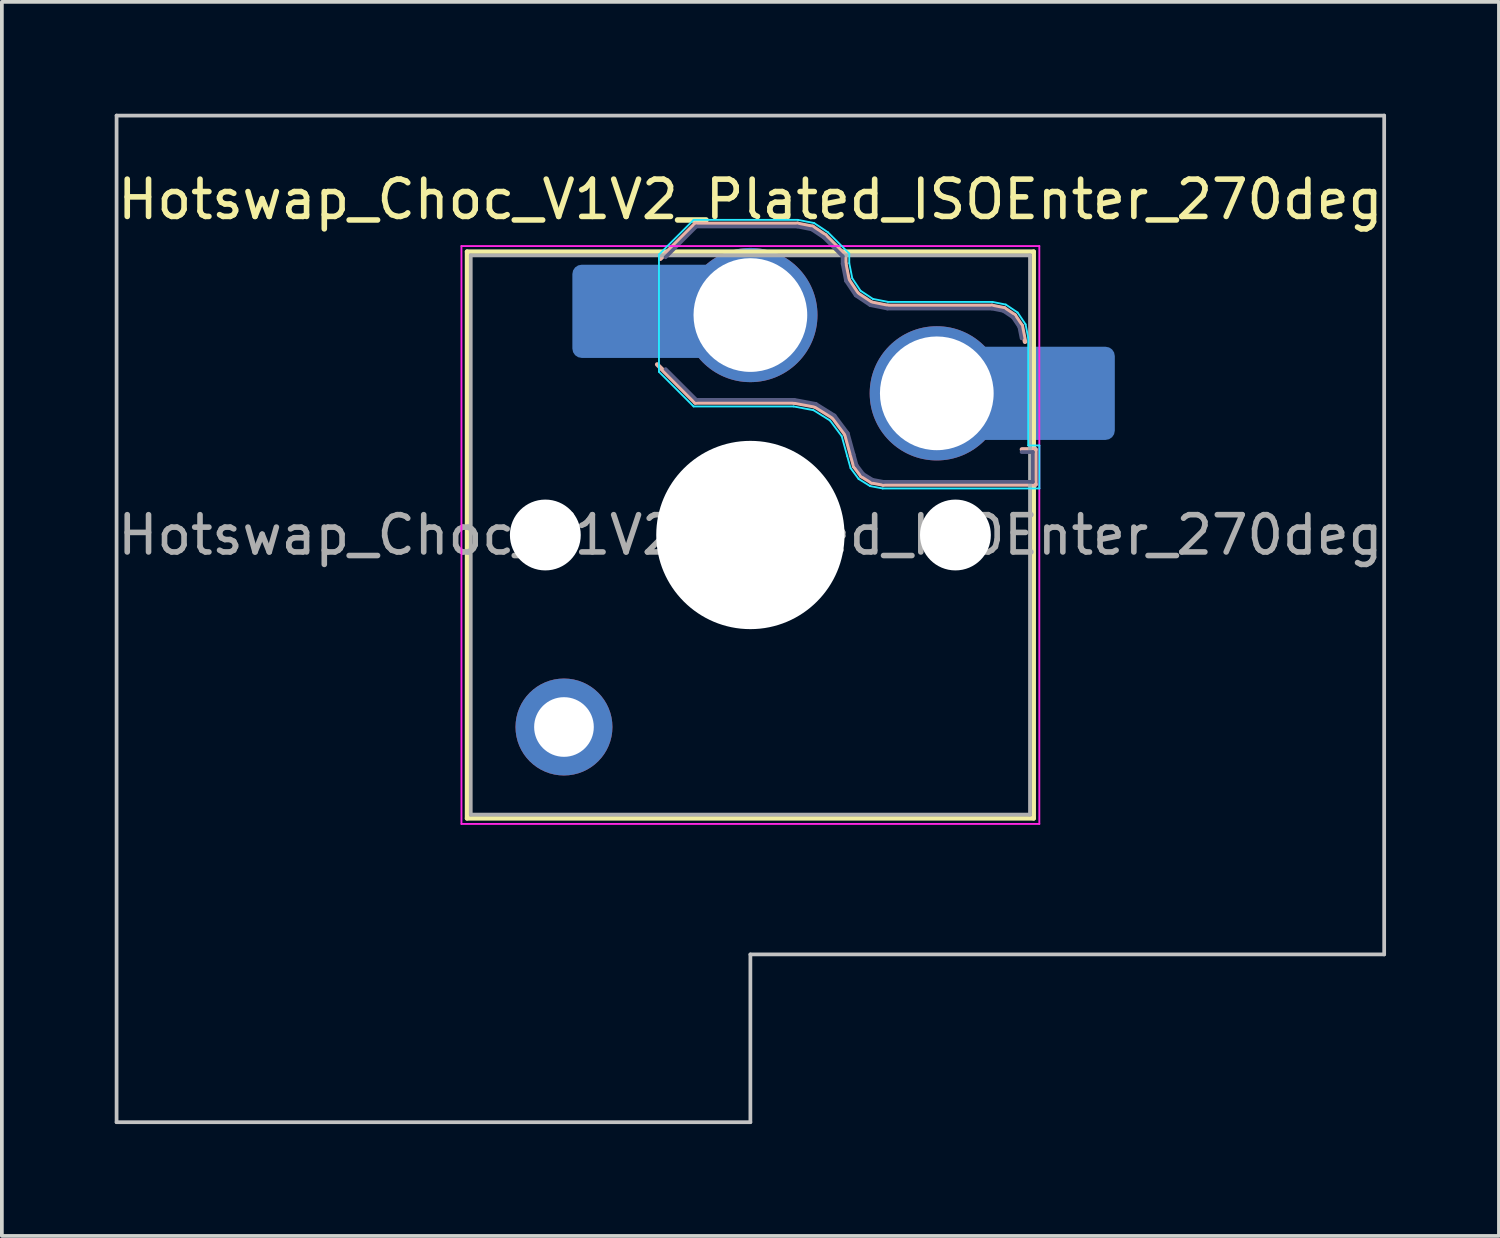
<source format=kicad_pcb>
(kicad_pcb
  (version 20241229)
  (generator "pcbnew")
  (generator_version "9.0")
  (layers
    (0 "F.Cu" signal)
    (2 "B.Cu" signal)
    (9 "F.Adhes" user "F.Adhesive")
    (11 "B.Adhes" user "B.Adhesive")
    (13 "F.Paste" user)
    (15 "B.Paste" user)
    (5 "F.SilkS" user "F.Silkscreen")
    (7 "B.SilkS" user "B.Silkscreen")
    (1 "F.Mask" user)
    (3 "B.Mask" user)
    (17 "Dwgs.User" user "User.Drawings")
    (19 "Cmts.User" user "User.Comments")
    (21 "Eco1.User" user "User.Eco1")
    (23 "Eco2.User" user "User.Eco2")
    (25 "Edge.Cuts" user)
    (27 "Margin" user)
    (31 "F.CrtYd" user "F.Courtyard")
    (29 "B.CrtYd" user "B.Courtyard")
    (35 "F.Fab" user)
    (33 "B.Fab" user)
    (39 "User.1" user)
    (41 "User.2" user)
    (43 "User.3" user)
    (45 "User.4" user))
  (footprint "Hotswap_Choc_V1V2_Plated_ISOEnter_270deg"
    (layer "F.Cu")
    (at 17.077 11.3)
    (property "Reference" "Hotswap_Choc_V1V2_Plated_ISOEnter_270deg" (at 0 -9 0) (layer "F.SilkS") (effects (font (size 1 1) (thickness 0.15))))
    (attr smd)
    (fp_line (start -7.6 -7.6) (end -7.6 7.6) (stroke (width 0.12) (type solid)) (layer "F.SilkS"))
    (fp_line (start -7.6 7.6) (end 7.6 7.6) (stroke (width 0.12) (type solid)) (layer "F.SilkS"))
    (fp_line (start 7.6 -7.6) (end -7.6 -7.6) (stroke (width 0.12) (type solid)) (layer "F.SilkS"))
    (fp_line (start 7.6 7.6) (end 7.6 -7.6) (stroke (width 0.12) (type solid)) (layer "F.SilkS"))
    (fp_line (start -2.416 -7.409) (end -1.479 -8.346) (stroke (width 0.12) (type solid)) (layer "B.SilkS"))
    (fp_line (start -1.479 -8.346) (end 1.268 -8.346) (stroke (width 0.12) (type solid)) (layer "B.SilkS"))
    (fp_line (start -1.479 -3.554) (end -2.5 -4.575) (stroke (width 0.12) (type solid)) (layer "B.SilkS"))
    (fp_line (start 1.168 -3.554) (end -1.479 -3.554) (stroke (width 0.12) (type solid)) (layer "B.SilkS"))
    (fp_line (start 1.268 -8.346) (end 1.671 -8.266) (stroke (width 0.12) (type solid)) (layer "B.SilkS"))
    (fp_line (start 1.671 -8.266) (end 2.013 -8.037) (stroke (width 0.12) (type solid)) (layer "B.SilkS"))
    (fp_line (start 1.73 -3.449) (end 1.168 -3.554) (stroke (width 0.12) (type solid)) (layer "B.SilkS"))
    (fp_line (start 2.013 -8.037) (end 2.546 -7.504) (stroke (width 0.12) (type solid)) (layer "B.SilkS"))
    (fp_line (start 2.209 -3.15) (end 1.73 -3.449) (stroke (width 0.12) (type solid)) (layer "B.SilkS"))
    (fp_line (start 2.546 -7.504) (end 2.546 -7.282) (stroke (width 0.12) (type solid)) (layer "B.SilkS"))
    (fp_line (start 2.546 -7.282) (end 2.633 -6.844) (stroke (width 0.12) (type solid)) (layer "B.SilkS"))
    (fp_line (start 2.547 -2.697) (end 2.209 -3.15) (stroke (width 0.12) (type solid)) (layer "B.SilkS"))
    (fp_line (start 2.633 -6.844) (end 2.877 -6.477) (stroke (width 0.12) (type solid)) (layer "B.SilkS"))
    (fp_line (start 2.701 -2.139) (end 2.547 -2.697) (stroke (width 0.12) (type solid)) (layer "B.SilkS"))
    (fp_line (start 2.783 -1.841) (end 2.701 -2.139) (stroke (width 0.12) (type solid)) (layer "B.SilkS"))
    (fp_line (start 2.877 -6.477) (end 3.244 -6.233) (stroke (width 0.12) (type solid)) (layer "B.SilkS"))
    (fp_line (start 2.976 -1.583) (end 2.783 -1.841) (stroke (width 0.12) (type solid)) (layer "B.SilkS"))
    (fp_line (start 3.244 -6.233) (end 3.682 -6.146) (stroke (width 0.12) (type solid)) (layer "B.SilkS"))
    (fp_line (start 3.25 -1.413) (end 2.976 -1.583) (stroke (width 0.12) (type solid)) (layer "B.SilkS"))
    (fp_line (start 3.56 -1.354) (end 3.25 -1.413) (stroke (width 0.12) (type solid)) (layer "B.SilkS"))
    (fp_line (start 3.682 -6.146) (end 6.482 -6.146) (stroke (width 0.12) (type solid)) (layer "B.SilkS"))
    (fp_line (start 6.482 -6.146) (end 6.809 -6.081) (stroke (width 0.12) (type solid)) (layer "B.SilkS"))
    (fp_line (start 6.809 -6.081) (end 7.092 -5.892) (stroke (width 0.12) (type solid)) (layer "B.SilkS"))
    (fp_line (start 7.092 -5.892) (end 7.281 -5.609) (stroke (width 0.12) (type solid)) (layer "B.SilkS"))
    (fp_line (start 7.281 -5.609) (end 7.366 -5.182) (stroke (width 0.12) (type solid)) (layer "B.SilkS"))
    (fp_line (start 7.283 -2.296) (end 7.646 -2.296) (stroke (width 0.12) (type solid)) (layer "B.SilkS"))
    (fp_line (start 7.646 -2.296) (end 7.646 -1.354) (stroke (width 0.12) (type solid)) (layer "B.SilkS"))
    (fp_line (start 7.646 -1.354) (end 3.56 -1.354) (stroke (width 0.12) (type solid)) (layer "B.SilkS"))
    (fp_line (start -17 -11.25) (end -17 15.75) (stroke (width 0.1) (type solid)) (layer "Dwgs.User"))
    (fp_line (start -17 15.75) (end 0 15.75) (stroke (width 0.1) (type solid)) (layer "Dwgs.User"))
    (fp_line (start 0 11.25) (end 17 11.25) (stroke (width 0.1) (type solid)) (layer "Dwgs.User"))
    (fp_line (start 0 15.75) (end 0 11.25) (stroke (width 0.1) (type solid)) (layer "Dwgs.User"))
    (fp_line (start 17 -11.25) (end -17 -11.25) (stroke (width 0.1) (type solid)) (layer "Dwgs.User"))
    (fp_line (start 17 11.25) (end 17 -11.25) (stroke (width 0.1) (type solid)) (layer "Dwgs.User"))
    (fp_line (start -7.25 -7.25) (end -7.25 7.25) (stroke (width 0.1) (type solid)) (layer "Eco1.User"))
    (fp_line (start -7.25 7.25) (end 7.25 7.25) (stroke (width 0.1) (type solid)) (layer "Eco1.User"))
    (fp_line (start 7.25 -7.25) (end -7.25 -7.25) (stroke (width 0.1) (type solid)) (layer "Eco1.User"))
    (fp_line (start 7.25 7.25) (end 7.25 -7.25) (stroke (width 0.1) (type solid)) (layer "Eco1.User"))
    (fp_line (start -2.452 -7.523) (end -1.523 -8.452) (stroke (width 0.05) (type solid)) (layer "B.CrtYd"))
    (fp_line (start -2.452 -4.377) (end -2.452 -7.523) (stroke (width 0.05) (type solid)) (layer "B.CrtYd"))
    (fp_line (start -1.523 -8.452) (end 1.278 -8.452) (stroke (width 0.05) (type solid)) (layer "B.CrtYd"))
    (fp_line (start -1.523 -3.448) (end -2.452 -4.377) (stroke (width 0.05) (type solid)) (layer "B.CrtYd"))
    (fp_line (start 1.159 -3.448) (end -1.523 -3.448) (stroke (width 0.05) (type solid)) (layer "B.CrtYd"))
    (fp_line (start 1.278 -8.452) (end 1.712 -8.366) (stroke (width 0.05) (type solid)) (layer "B.CrtYd"))
    (fp_line (start 1.691 -3.348) (end 1.159 -3.448) (stroke (width 0.05) (type solid)) (layer "B.CrtYd"))
    (fp_line (start 1.712 -8.366) (end 2.081 -8.119) (stroke (width 0.05) (type solid)) (layer "B.CrtYd"))
    (fp_line (start 2.081 -8.119) (end 2.652 -7.548) (stroke (width 0.05) (type solid)) (layer "B.CrtYd"))
    (fp_line (start 2.136 -3.071) (end 1.691 -3.348) (stroke (width 0.05) (type solid)) (layer "B.CrtYd"))
    (fp_line (start 2.45 -2.65) (end 2.136 -3.071) (stroke (width 0.05) (type solid)) (layer "B.CrtYd"))
    (fp_line (start 2.599 -2.111) (end 2.45 -2.65) (stroke (width 0.05) (type solid)) (layer "B.CrtYd"))
    (fp_line (start 2.652 -7.548) (end 2.652 -7.292) (stroke (width 0.05) (type solid)) (layer "B.CrtYd"))
    (fp_line (start 2.652 -7.292) (end 2.733 -6.885) (stroke (width 0.05) (type solid)) (layer "B.CrtYd"))
    (fp_line (start 2.687 -1.794) (end 2.599 -2.111) (stroke (width 0.05) (type solid)) (layer "B.CrtYd"))
    (fp_line (start 2.733 -6.885) (end 2.953 -6.553) (stroke (width 0.05) (type solid)) (layer "B.CrtYd"))
    (fp_line (start 2.903 -1.503) (end 2.687 -1.794) (stroke (width 0.05) (type solid)) (layer "B.CrtYd"))
    (fp_line (start 2.953 -6.553) (end 3.285 -6.333) (stroke (width 0.05) (type solid)) (layer "B.CrtYd"))
    (fp_line (start 3.211 -1.312) (end 2.903 -1.503) (stroke (width 0.05) (type solid)) (layer "B.CrtYd"))
    (fp_line (start 3.285 -6.333) (end 3.692 -6.252) (stroke (width 0.05) (type solid)) (layer "B.CrtYd"))
    (fp_line (start 3.55 -1.248) (end 3.211 -1.312) (stroke (width 0.05) (type solid)) (layer "B.CrtYd"))
    (fp_line (start 3.692 -6.252) (end 6.492 -6.252) (stroke (width 0.05) (type solid)) (layer "B.CrtYd"))
    (fp_line (start 6.492 -6.252) (end 6.85 -6.181) (stroke (width 0.05) (type solid)) (layer "B.CrtYd"))
    (fp_line (start 6.85 -6.181) (end 7.168 -5.968) (stroke (width 0.05) (type solid)) (layer "B.CrtYd"))
    (fp_line (start 7.168 -5.968) (end 7.381 -5.65) (stroke (width 0.05) (type solid)) (layer "B.CrtYd"))
    (fp_line (start 7.381 -5.65) (end 7.452 -5.292) (stroke (width 0.05) (type solid)) (layer "B.CrtYd"))
    (fp_line (start 7.452 -5.292) (end 7.452 -2.402) (stroke (width 0.05) (type solid)) (layer "B.CrtYd"))
    (fp_line (start 7.452 -2.402) (end 7.752 -2.402) (stroke (width 0.05) (type solid)) (layer "B.CrtYd"))
    (fp_line (start 7.752 -2.402) (end 7.752 -1.248) (stroke (width 0.05) (type solid)) (layer "B.CrtYd"))
    (fp_line (start 7.752 -1.248) (end 3.55 -1.248) (stroke (width 0.05) (type solid)) (layer "B.CrtYd"))
    (fp_line (start -7.75 -7.75) (end -7.75 7.75) (stroke (width 0.05) (type solid)) (layer "F.CrtYd"))
    (fp_line (start -7.75 7.75) (end 7.75 7.75) (stroke (width 0.05) (type solid)) (layer "F.CrtYd"))
    (fp_line (start 7.75 -7.75) (end -7.75 -7.75) (stroke (width 0.05) (type solid)) (layer "F.CrtYd"))
    (fp_line (start 7.75 7.75) (end 7.75 -7.75) (stroke (width 0.05) (type solid)) (layer "F.CrtYd"))
    (fp_line (start -2.275 -7.45) (end -1.45 -8.275) (stroke (width 0.1) (type solid)) (layer "B.Fab"))
    (fp_line (start -1.45 -8.275) (end 1.261 -8.275) (stroke (width 0.1) (type solid)) (layer "B.Fab"))
    (fp_line (start -1.45 -3.625) (end -2.275 -4.45) (stroke (width 0.1) (type solid)) (layer "B.Fab"))
    (fp_line (start 1.175 -3.625) (end -1.45 -3.625) (stroke (width 0.1) (type solid)) (layer "B.Fab"))
    (fp_line (start 1.261 -8.275) (end 1.643 -8.199) (stroke (width 0.1) (type solid)) (layer "B.Fab"))
    (fp_line (start 1.643 -8.199) (end 1.968 -7.982) (stroke (width 0.1) (type solid)) (layer "B.Fab"))
    (fp_line (start 1.756 -3.516) (end 1.175 -3.625) (stroke (width 0.1) (type solid)) (layer "B.Fab"))
    (fp_line (start 1.968 -7.982) (end 2.475 -7.475) (stroke (width 0.1) (type solid)) (layer "B.Fab"))
    (fp_line (start 2.258 -3.203) (end 1.756 -3.516) (stroke (width 0.1) (type solid)) (layer "B.Fab"))
    (fp_line (start 2.475 -7.475) (end 2.475 -7.275) (stroke (width 0.1) (type solid)) (layer "B.Fab"))
    (fp_line (start 2.475 -7.275) (end 2.566 -6.816) (stroke (width 0.1) (type solid)) (layer "B.Fab"))
    (fp_line (start 2.566 -6.816) (end 2.826 -6.426) (stroke (width 0.1) (type solid)) (layer "B.Fab"))
    (fp_line (start 2.612 -2.729) (end 2.258 -3.203) (stroke (width 0.1) (type solid)) (layer "B.Fab"))
    (fp_line (start 2.769 -2.158) (end 2.612 -2.729) (stroke (width 0.1) (type solid)) (layer "B.Fab"))
    (fp_line (start 2.826 -6.426) (end 3.216 -6.166) (stroke (width 0.1) (type solid)) (layer "B.Fab"))
    (fp_line (start 2.848 -1.873) (end 2.769 -2.158) (stroke (width 0.1) (type solid)) (layer "B.Fab"))
    (fp_line (start 3.025 -1.636) (end 2.848 -1.873) (stroke (width 0.1) (type solid)) (layer "B.Fab"))
    (fp_line (start 3.216 -6.166) (end 3.675 -6.075) (stroke (width 0.1) (type solid)) (layer "B.Fab"))
    (fp_line (start 3.276 -1.48) (end 3.025 -1.636) (stroke (width 0.1) (type solid)) (layer "B.Fab"))
    (fp_line (start 3.567 -1.425) (end 3.276 -1.48) (stroke (width 0.1) (type solid)) (layer "B.Fab"))
    (fp_line (start 3.675 -6.075) (end 6.475 -6.075) (stroke (width 0.1) (type solid)) (layer "B.Fab"))
    (fp_line (start 6.475 -6.075) (end 6.781 -6.014) (stroke (width 0.1) (type solid)) (layer "B.Fab"))
    (fp_line (start 6.781 -6.014) (end 7.041 -5.841) (stroke (width 0.1) (type solid)) (layer "B.Fab"))
    (fp_line (start 7.041 -5.841) (end 7.214 -5.581) (stroke (width 0.1) (type solid)) (layer "B.Fab"))
    (fp_line (start 7.214 -5.581) (end 7.275 -5.275) (stroke (width 0.1) (type solid)) (layer "B.Fab"))
    (fp_line (start 7.275 -2.225) (end 7.575 -2.225) (stroke (width 0.1) (type solid)) (layer "B.Fab"))
    (fp_line (start 7.575 -2.225) (end 7.575 -1.425) (stroke (width 0.1) (type solid)) (layer "B.Fab"))
    (fp_line (start 7.575 -1.425) (end 3.567 -1.425) (stroke (width 0.1) (type solid)) (layer "B.Fab"))
    (fp_line (start -7.5 -7.5) (end -7.5 7.5) (stroke (width 0.1) (type solid)) (layer "F.Fab"))
    (fp_line (start -7.5 7.5) (end 7.5 7.5) (stroke (width 0.1) (type solid)) (layer "F.Fab"))
    (fp_line (start 7.5 -7.5) (end -7.5 -7.5) (stroke (width 0.1) (type solid)) (layer "F.Fab"))
    (fp_line (start 7.5 7.5) (end 7.5 -7.5) (stroke (width 0.1) (type solid)) (layer "F.Fab"))
    (fp_text user "${REFERENCE}" (at 0 0 0) (layer "F.Fab") (effects (font (size 1 1) (thickness 0.15))))
    (pad "" np_thru_hole circle (at -5.5 0) (size 1.9 1.9) (drill 1.9) (layers "*.Cu" "*.Mask"))
    (pad "" thru_hole circle (at -5 5.15) (size 2.6 2.6) (drill 1.6) (layers "*.Cu" "*.Mask"))
    (pad "" smd roundrect (at -3.5 -6) (size 2.55 2.5) (layers "B.Mask" "B.Paste") (roundrect_rratio 0.1))
    (pad "" np_thru_hole circle (at 0 0) (size 5.05 5.05) (drill 5.05) (layers "*.Cu" "*.Mask"))
    (pad "" np_thru_hole circle (at 5.5 0) (size 1.9 1.9) (drill 1.9) (layers "*.Cu" "*.Mask"))
    (pad "" smd roundrect (at 8.5 -3.8) (size 2.55 2.5) (layers "B.Mask" "B.Paste") (roundrect_rratio 0.1))
    (pad "1" smd roundrect (at -2.85 -6) (size 3.85 2.5) (layers "B.Cu") (roundrect_rratio 0.1))
    (pad "1" thru_hole circle (at 0 -5.9) (size 3.6 3.6) (drill 3.05) (layers "*.Cu" "*.Mask"))
    (pad "2" thru_hole circle (at 5 -3.8) (size 3.6 3.6) (drill 3.05) (layers "*.Cu" "*.Mask"))
    (pad "2" smd roundrect (at 7.85 -3.8) (size 3.85 2.5) (layers "B.Cu") (roundrect_rratio 0.1)))
  (gr_rect
    (start -3 -3)
    (end 37.155 30.1)
    (stroke (width 0.1) (type default))
    (fill no)
    (layer "Edge.Cuts")))
</source>
